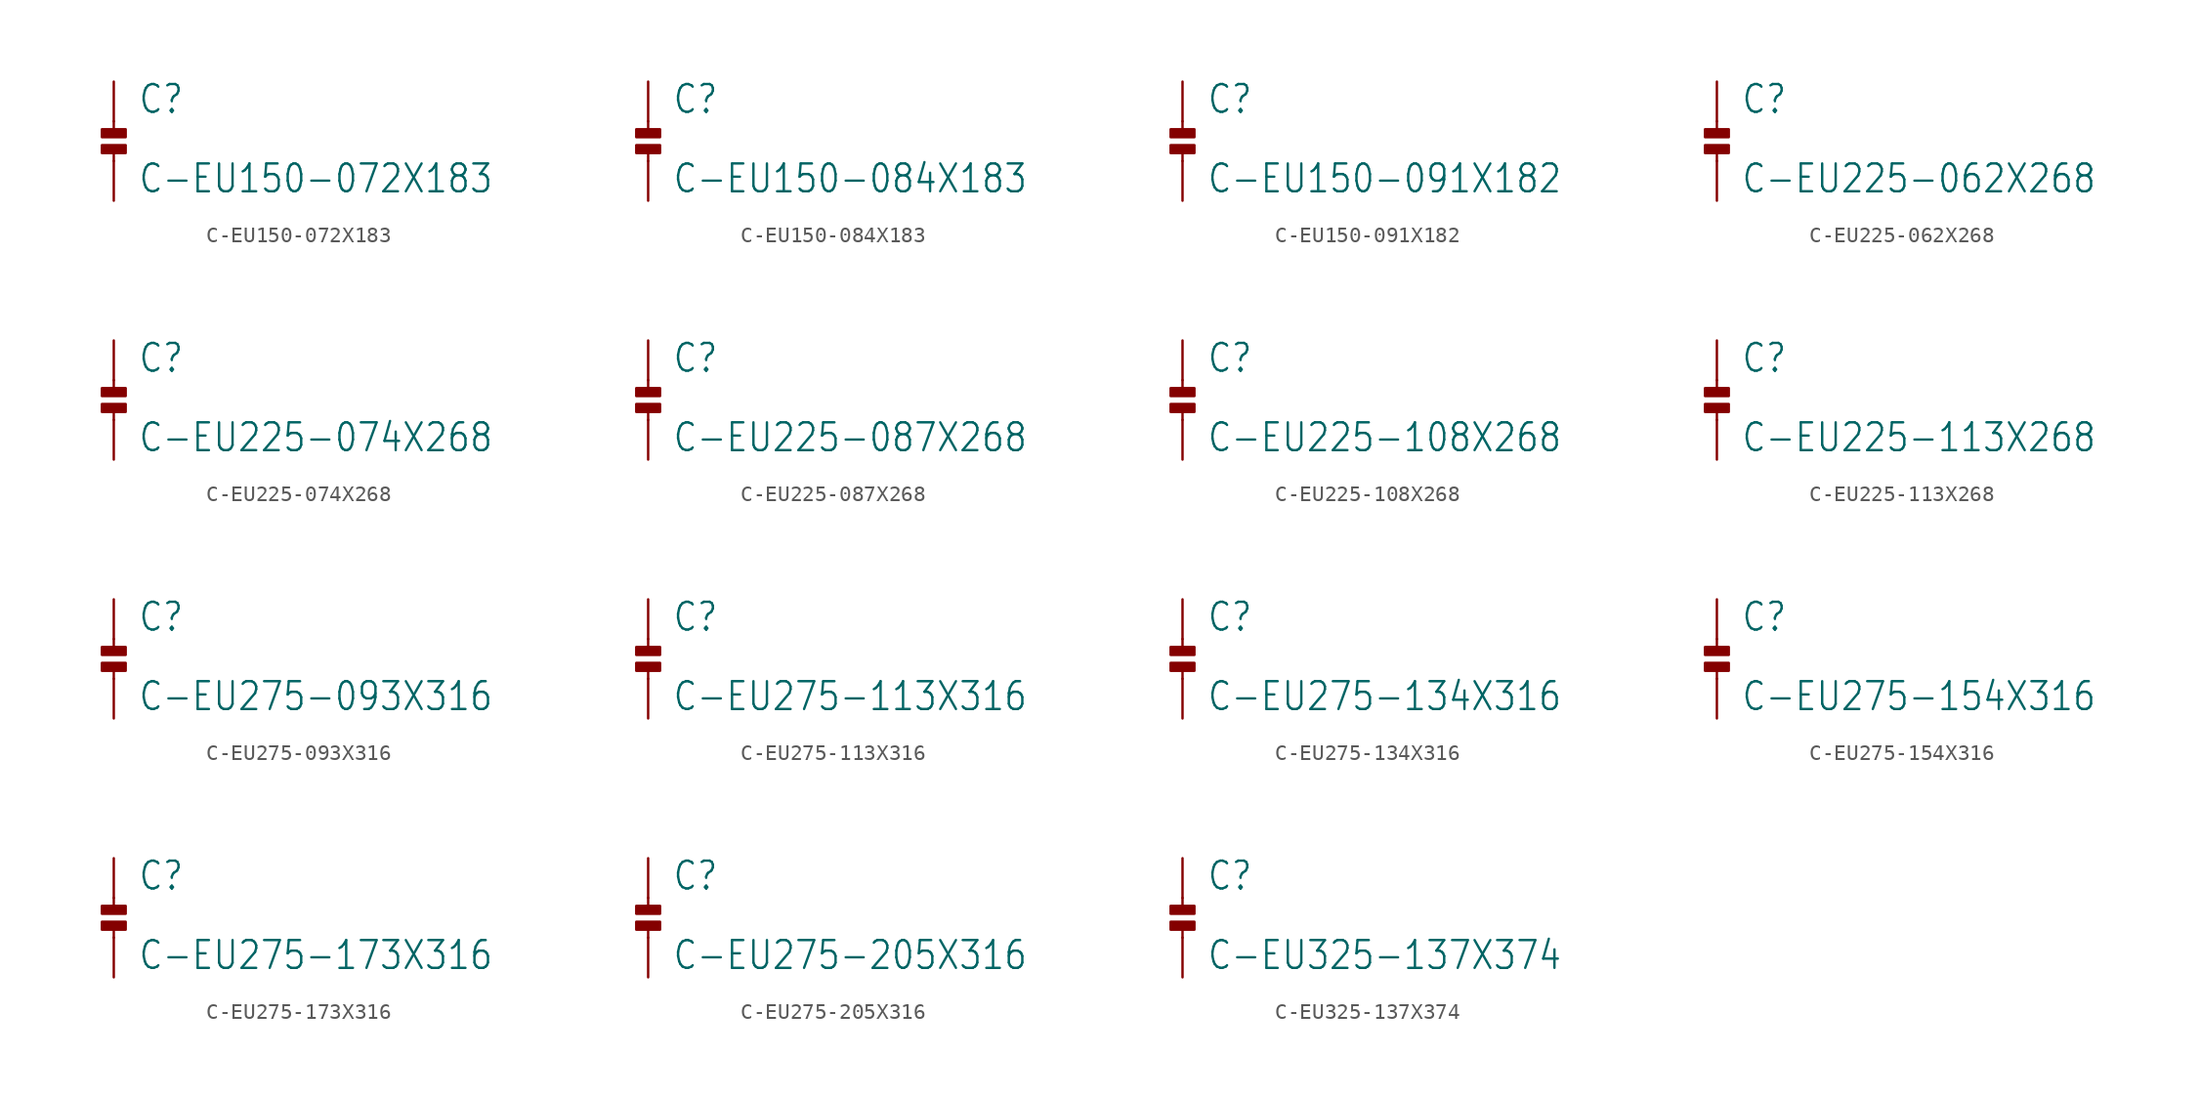
<source format=kicad_sym>
(kicad_symbol_lib
  (version 20211014)
  (generator kicad_symbol_editor)
  (symbol "C-EU150-072X183"
    (property "Reference" "C"
      (at 1.524 0.381 0)
      (effects (font (size 1.778 1.511)) (justify left bottom)))
    (property "Value" "C-EU150-072X183"
      (at 1.524 -4.699 0)
      (effects (font (size 1.778 1.511)) (justify left bottom)))
    (property "ki_locked" ""
      (at 0 0 0)
      (effects (font (size 1.27 1.27))))
    (symbol "C-EU150-072X183_1_0"
      (rectangle (start -0.762 -2.032) (end 0.762 -1.524) (stroke (width 0) (type default) (color 0 0 0 0)) (fill (type outline)))
      (rectangle (start -0.762 -1.016) (end 0.762 -0.508) (stroke (width 0) (type default) (color 0 0 0 0)) (fill (type outline)))
      (polyline (pts (xy 0 -2.54) (xy 0 -2.032)) (stroke (width 0.152) (type default) (color 0 0 0 0)) (fill (type none)))
      (polyline (pts (xy 0 0) (xy 0 -0.508)) (stroke (width 0.152) (type default) (color 0 0 0 0)) (fill (type none)))
      (pin passive line (at 0 2.54 270) (length 2.54) (name "1" (effects (font (size 0 0)))) (number "1" (effects (font (size 0 0)))))
      (pin passive line (at 0 -5.08 90) (length 2.54) (name "2" (effects (font (size 0 0)))) (number "2" (effects (font (size 0 0)))))))
  (symbol "C-EU150-084X183"
    (property "Reference" "C"
      (at 1.524 0.381 0)
      (effects (font (size 1.778 1.511)) (justify left bottom)))
    (property "Value" "C-EU150-084X183"
      (at 1.524 -4.699 0)
      (effects (font (size 1.778 1.511)) (justify left bottom)))
    (property "ki_locked" ""
      (at 0 0 0)
      (effects (font (size 1.27 1.27))))
    (symbol "C-EU150-084X183_1_0"
      (rectangle (start -0.762 -2.032) (end 0.762 -1.524) (stroke (width 0) (type default) (color 0 0 0 0)) (fill (type outline)))
      (rectangle (start -0.762 -1.016) (end 0.762 -0.508) (stroke (width 0) (type default) (color 0 0 0 0)) (fill (type outline)))
      (polyline (pts (xy 0 -2.54) (xy 0 -2.032)) (stroke (width 0.152) (type default) (color 0 0 0 0)) (fill (type none)))
      (polyline (pts (xy 0 0) (xy 0 -0.508)) (stroke (width 0.152) (type default) (color 0 0 0 0)) (fill (type none)))
      (pin passive line (at 0 2.54 270) (length 2.54) (name "1" (effects (font (size 0 0)))) (number "1" (effects (font (size 0 0)))))
      (pin passive line (at 0 -5.08 90) (length 2.54) (name "2" (effects (font (size 0 0)))) (number "2" (effects (font (size 0 0)))))))
  (symbol "C-EU150-091X182"
    (property "Reference" "C"
      (at 1.524 0.381 0)
      (effects (font (size 1.778 1.511)) (justify left bottom)))
    (property "Value" "C-EU150-091X182"
      (at 1.524 -4.699 0)
      (effects (font (size 1.778 1.511)) (justify left bottom)))
    (property "ki_locked" ""
      (at 0 0 0)
      (effects (font (size 1.27 1.27))))
    (symbol "C-EU150-091X182_1_0"
      (rectangle (start -0.762 -2.032) (end 0.762 -1.524) (stroke (width 0) (type default) (color 0 0 0 0)) (fill (type outline)))
      (rectangle (start -0.762 -1.016) (end 0.762 -0.508) (stroke (width 0) (type default) (color 0 0 0 0)) (fill (type outline)))
      (polyline (pts (xy 0 -2.54) (xy 0 -2.032)) (stroke (width 0.152) (type default) (color 0 0 0 0)) (fill (type none)))
      (polyline (pts (xy 0 0) (xy 0 -0.508)) (stroke (width 0.152) (type default) (color 0 0 0 0)) (fill (type none)))
      (pin passive line (at 0 2.54 270) (length 2.54) (name "1" (effects (font (size 0 0)))) (number "1" (effects (font (size 0 0)))))
      (pin passive line (at 0 -5.08 90) (length 2.54) (name "2" (effects (font (size 0 0)))) (number "2" (effects (font (size 0 0)))))))
  (symbol "C-EU225-062X268"
    (property "Reference" "C"
      (at 1.524 0.381 0)
      (effects (font (size 1.778 1.511)) (justify left bottom)))
    (property "Value" "C-EU225-062X268"
      (at 1.524 -4.699 0)
      (effects (font (size 1.778 1.511)) (justify left bottom)))
    (property "ki_locked" ""
      (at 0 0 0)
      (effects (font (size 1.27 1.27))))
    (symbol "C-EU225-062X268_1_0"
      (rectangle (start -0.762 -2.032) (end 0.762 -1.524) (stroke (width 0) (type default) (color 0 0 0 0)) (fill (type outline)))
      (rectangle (start -0.762 -1.016) (end 0.762 -0.508) (stroke (width 0) (type default) (color 0 0 0 0)) (fill (type outline)))
      (polyline (pts (xy 0 -2.54) (xy 0 -2.032)) (stroke (width 0.152) (type default) (color 0 0 0 0)) (fill (type none)))
      (polyline (pts (xy 0 0) (xy 0 -0.508)) (stroke (width 0.152) (type default) (color 0 0 0 0)) (fill (type none)))
      (pin passive line (at 0 2.54 270) (length 2.54) (name "1" (effects (font (size 0 0)))) (number "1" (effects (font (size 0 0)))))
      (pin passive line (at 0 -5.08 90) (length 2.54) (name "2" (effects (font (size 0 0)))) (number "2" (effects (font (size 0 0)))))))
  (symbol "C-EU225-074X268"
    (property "Reference" "C"
      (at 1.524 0.381 0)
      (effects (font (size 1.778 1.511)) (justify left bottom)))
    (property "Value" "C-EU225-074X268"
      (at 1.524 -4.699 0)
      (effects (font (size 1.778 1.511)) (justify left bottom)))
    (property "ki_locked" ""
      (at 0 0 0)
      (effects (font (size 1.27 1.27))))
    (symbol "C-EU225-074X268_1_0"
      (rectangle (start -0.762 -2.032) (end 0.762 -1.524) (stroke (width 0) (type default) (color 0 0 0 0)) (fill (type outline)))
      (rectangle (start -0.762 -1.016) (end 0.762 -0.508) (stroke (width 0) (type default) (color 0 0 0 0)) (fill (type outline)))
      (polyline (pts (xy 0 -2.54) (xy 0 -2.032)) (stroke (width 0.152) (type default) (color 0 0 0 0)) (fill (type none)))
      (polyline (pts (xy 0 0) (xy 0 -0.508)) (stroke (width 0.152) (type default) (color 0 0 0 0)) (fill (type none)))
      (pin passive line (at 0 2.54 270) (length 2.54) (name "1" (effects (font (size 0 0)))) (number "1" (effects (font (size 0 0)))))
      (pin passive line (at 0 -5.08 90) (length 2.54) (name "2" (effects (font (size 0 0)))) (number "2" (effects (font (size 0 0)))))))
  (symbol "C-EU225-087X268"
    (property "Reference" "C"
      (at 1.524 0.381 0)
      (effects (font (size 1.778 1.511)) (justify left bottom)))
    (property "Value" "C-EU225-087X268"
      (at 1.524 -4.699 0)
      (effects (font (size 1.778 1.511)) (justify left bottom)))
    (property "ki_locked" ""
      (at 0 0 0)
      (effects (font (size 1.27 1.27))))
    (symbol "C-EU225-087X268_1_0"
      (rectangle (start -0.762 -2.032) (end 0.762 -1.524) (stroke (width 0) (type default) (color 0 0 0 0)) (fill (type outline)))
      (rectangle (start -0.762 -1.016) (end 0.762 -0.508) (stroke (width 0) (type default) (color 0 0 0 0)) (fill (type outline)))
      (polyline (pts (xy 0 -2.54) (xy 0 -2.032)) (stroke (width 0.152) (type default) (color 0 0 0 0)) (fill (type none)))
      (polyline (pts (xy 0 0) (xy 0 -0.508)) (stroke (width 0.152) (type default) (color 0 0 0 0)) (fill (type none)))
      (pin passive line (at 0 2.54 270) (length 2.54) (name "1" (effects (font (size 0 0)))) (number "1" (effects (font (size 0 0)))))
      (pin passive line (at 0 -5.08 90) (length 2.54) (name "2" (effects (font (size 0 0)))) (number "2" (effects (font (size 0 0)))))))
  (symbol "C-EU225-108X268"
    (property "Reference" "C"
      (at 1.524 0.381 0)
      (effects (font (size 1.778 1.511)) (justify left bottom)))
    (property "Value" "C-EU225-108X268"
      (at 1.524 -4.699 0)
      (effects (font (size 1.778 1.511)) (justify left bottom)))
    (property "ki_locked" ""
      (at 0 0 0)
      (effects (font (size 1.27 1.27))))
    (symbol "C-EU225-108X268_1_0"
      (rectangle (start -0.762 -2.032) (end 0.762 -1.524) (stroke (width 0) (type default) (color 0 0 0 0)) (fill (type outline)))
      (rectangle (start -0.762 -1.016) (end 0.762 -0.508) (stroke (width 0) (type default) (color 0 0 0 0)) (fill (type outline)))
      (polyline (pts (xy 0 -2.54) (xy 0 -2.032)) (stroke (width 0.152) (type default) (color 0 0 0 0)) (fill (type none)))
      (polyline (pts (xy 0 0) (xy 0 -0.508)) (stroke (width 0.152) (type default) (color 0 0 0 0)) (fill (type none)))
      (pin passive line (at 0 2.54 270) (length 2.54) (name "1" (effects (font (size 0 0)))) (number "1" (effects (font (size 0 0)))))
      (pin passive line (at 0 -5.08 90) (length 2.54) (name "2" (effects (font (size 0 0)))) (number "2" (effects (font (size 0 0)))))))
  (symbol "C-EU225-113X268"
    (property "Reference" "C"
      (at 1.524 0.381 0)
      (effects (font (size 1.778 1.511)) (justify left bottom)))
    (property "Value" "C-EU225-113X268"
      (at 1.524 -4.699 0)
      (effects (font (size 1.778 1.511)) (justify left bottom)))
    (property "ki_locked" ""
      (at 0 0 0)
      (effects (font (size 1.27 1.27))))
    (symbol "C-EU225-113X268_1_0"
      (rectangle (start -0.762 -2.032) (end 0.762 -1.524) (stroke (width 0) (type default) (color 0 0 0 0)) (fill (type outline)))
      (rectangle (start -0.762 -1.016) (end 0.762 -0.508) (stroke (width 0) (type default) (color 0 0 0 0)) (fill (type outline)))
      (polyline (pts (xy 0 -2.54) (xy 0 -2.032)) (stroke (width 0.152) (type default) (color 0 0 0 0)) (fill (type none)))
      (polyline (pts (xy 0 0) (xy 0 -0.508)) (stroke (width 0.152) (type default) (color 0 0 0 0)) (fill (type none)))
      (pin passive line (at 0 2.54 270) (length 2.54) (name "1" (effects (font (size 0 0)))) (number "1" (effects (font (size 0 0)))))
      (pin passive line (at 0 -5.08 90) (length 2.54) (name "2" (effects (font (size 0 0)))) (number "2" (effects (font (size 0 0)))))))
  (symbol "C-EU275-093X316"
    (property "Reference" "C"
      (at 1.524 0.381 0)
      (effects (font (size 1.778 1.511)) (justify left bottom)))
    (property "Value" "C-EU275-093X316"
      (at 1.524 -4.699 0)
      (effects (font (size 1.778 1.511)) (justify left bottom)))
    (property "ki_locked" ""
      (at 0 0 0)
      (effects (font (size 1.27 1.27))))
    (symbol "C-EU275-093X316_1_0"
      (rectangle (start -0.762 -2.032) (end 0.762 -1.524) (stroke (width 0) (type default) (color 0 0 0 0)) (fill (type outline)))
      (rectangle (start -0.762 -1.016) (end 0.762 -0.508) (stroke (width 0) (type default) (color 0 0 0 0)) (fill (type outline)))
      (polyline (pts (xy 0 -2.54) (xy 0 -2.032)) (stroke (width 0.152) (type default) (color 0 0 0 0)) (fill (type none)))
      (polyline (pts (xy 0 0) (xy 0 -0.508)) (stroke (width 0.152) (type default) (color 0 0 0 0)) (fill (type none)))
      (pin passive line (at 0 2.54 270) (length 2.54) (name "1" (effects (font (size 0 0)))) (number "1" (effects (font (size 0 0)))))
      (pin passive line (at 0 -5.08 90) (length 2.54) (name "2" (effects (font (size 0 0)))) (number "2" (effects (font (size 0 0)))))))
  (symbol "C-EU275-113X316"
    (property "Reference" "C"
      (at 1.524 0.381 0)
      (effects (font (size 1.778 1.511)) (justify left bottom)))
    (property "Value" "C-EU275-113X316"
      (at 1.524 -4.699 0)
      (effects (font (size 1.778 1.511)) (justify left bottom)))
    (property "ki_locked" ""
      (at 0 0 0)
      (effects (font (size 1.27 1.27))))
    (symbol "C-EU275-113X316_1_0"
      (rectangle (start -0.762 -2.032) (end 0.762 -1.524) (stroke (width 0) (type default) (color 0 0 0 0)) (fill (type outline)))
      (rectangle (start -0.762 -1.016) (end 0.762 -0.508) (stroke (width 0) (type default) (color 0 0 0 0)) (fill (type outline)))
      (polyline (pts (xy 0 -2.54) (xy 0 -2.032)) (stroke (width 0.152) (type default) (color 0 0 0 0)) (fill (type none)))
      (polyline (pts (xy 0 0) (xy 0 -0.508)) (stroke (width 0.152) (type default) (color 0 0 0 0)) (fill (type none)))
      (pin passive line (at 0 2.54 270) (length 2.54) (name "1" (effects (font (size 0 0)))) (number "1" (effects (font (size 0 0)))))
      (pin passive line (at 0 -5.08 90) (length 2.54) (name "2" (effects (font (size 0 0)))) (number "2" (effects (font (size 0 0)))))))
  (symbol "C-EU275-134X316"
    (property "Reference" "C"
      (at 1.524 0.381 0)
      (effects (font (size 1.778 1.511)) (justify left bottom)))
    (property "Value" "C-EU275-134X316"
      (at 1.524 -4.699 0)
      (effects (font (size 1.778 1.511)) (justify left bottom)))
    (property "ki_locked" ""
      (at 0 0 0)
      (effects (font (size 1.27 1.27))))
    (symbol "C-EU275-134X316_1_0"
      (rectangle (start -0.762 -2.032) (end 0.762 -1.524) (stroke (width 0) (type default) (color 0 0 0 0)) (fill (type outline)))
      (rectangle (start -0.762 -1.016) (end 0.762 -0.508) (stroke (width 0) (type default) (color 0 0 0 0)) (fill (type outline)))
      (polyline (pts (xy 0 -2.54) (xy 0 -2.032)) (stroke (width 0.152) (type default) (color 0 0 0 0)) (fill (type none)))
      (polyline (pts (xy 0 0) (xy 0 -0.508)) (stroke (width 0.152) (type default) (color 0 0 0 0)) (fill (type none)))
      (pin passive line (at 0 2.54 270) (length 2.54) (name "1" (effects (font (size 0 0)))) (number "1" (effects (font (size 0 0)))))
      (pin passive line (at 0 -5.08 90) (length 2.54) (name "2" (effects (font (size 0 0)))) (number "2" (effects (font (size 0 0)))))))
  (symbol "C-EU275-154X316"
    (property "Reference" "C"
      (at 1.524 0.381 0)
      (effects (font (size 1.778 1.511)) (justify left bottom)))
    (property "Value" "C-EU275-154X316"
      (at 1.524 -4.699 0)
      (effects (font (size 1.778 1.511)) (justify left bottom)))
    (property "ki_locked" ""
      (at 0 0 0)
      (effects (font (size 1.27 1.27))))
    (symbol "C-EU275-154X316_1_0"
      (rectangle (start -0.762 -2.032) (end 0.762 -1.524) (stroke (width 0) (type default) (color 0 0 0 0)) (fill (type outline)))
      (rectangle (start -0.762 -1.016) (end 0.762 -0.508) (stroke (width 0) (type default) (color 0 0 0 0)) (fill (type outline)))
      (polyline (pts (xy 0 -2.54) (xy 0 -2.032)) (stroke (width 0.152) (type default) (color 0 0 0 0)) (fill (type none)))
      (polyline (pts (xy 0 0) (xy 0 -0.508)) (stroke (width 0.152) (type default) (color 0 0 0 0)) (fill (type none)))
      (pin passive line (at 0 2.54 270) (length 2.54) (name "1" (effects (font (size 0 0)))) (number "1" (effects (font (size 0 0)))))
      (pin passive line (at 0 -5.08 90) (length 2.54) (name "2" (effects (font (size 0 0)))) (number "2" (effects (font (size 0 0)))))))
  (symbol "C-EU275-173X316"
    (property "Reference" "C"
      (at 1.524 0.381 0)
      (effects (font (size 1.778 1.511)) (justify left bottom)))
    (property "Value" "C-EU275-173X316"
      (at 1.524 -4.699 0)
      (effects (font (size 1.778 1.511)) (justify left bottom)))
    (property "ki_locked" ""
      (at 0 0 0)
      (effects (font (size 1.27 1.27))))
    (symbol "C-EU275-173X316_1_0"
      (rectangle (start -0.762 -2.032) (end 0.762 -1.524) (stroke (width 0) (type default) (color 0 0 0 0)) (fill (type outline)))
      (rectangle (start -0.762 -1.016) (end 0.762 -0.508) (stroke (width 0) (type default) (color 0 0 0 0)) (fill (type outline)))
      (polyline (pts (xy 0 -2.54) (xy 0 -2.032)) (stroke (width 0.152) (type default) (color 0 0 0 0)) (fill (type none)))
      (polyline (pts (xy 0 0) (xy 0 -0.508)) (stroke (width 0.152) (type default) (color 0 0 0 0)) (fill (type none)))
      (pin passive line (at 0 2.54 270) (length 2.54) (name "1" (effects (font (size 0 0)))) (number "1" (effects (font (size 0 0)))))
      (pin passive line (at 0 -5.08 90) (length 2.54) (name "2" (effects (font (size 0 0)))) (number "2" (effects (font (size 0 0)))))))
  (symbol "C-EU275-205X316"
    (property "Reference" "C"
      (at 1.524 0.381 0)
      (effects (font (size 1.778 1.511)) (justify left bottom)))
    (property "Value" "C-EU275-205X316"
      (at 1.524 -4.699 0)
      (effects (font (size 1.778 1.511)) (justify left bottom)))
    (property "ki_locked" ""
      (at 0 0 0)
      (effects (font (size 1.27 1.27))))
    (symbol "C-EU275-205X316_1_0"
      (rectangle (start -0.762 -2.032) (end 0.762 -1.524) (stroke (width 0) (type default) (color 0 0 0 0)) (fill (type outline)))
      (rectangle (start -0.762 -1.016) (end 0.762 -0.508) (stroke (width 0) (type default) (color 0 0 0 0)) (fill (type outline)))
      (polyline (pts (xy 0 -2.54) (xy 0 -2.032)) (stroke (width 0.152) (type default) (color 0 0 0 0)) (fill (type none)))
      (polyline (pts (xy 0 0) (xy 0 -0.508)) (stroke (width 0.152) (type default) (color 0 0 0 0)) (fill (type none)))
      (pin passive line (at 0 2.54 270) (length 2.54) (name "1" (effects (font (size 0 0)))) (number "1" (effects (font (size 0 0)))))
      (pin passive line (at 0 -5.08 90) (length 2.54) (name "2" (effects (font (size 0 0)))) (number "2" (effects (font (size 0 0)))))))
  (symbol "C-EU325-137X374"
    (property "Reference" "C"
      (at 1.524 0.381 0)
      (effects (font (size 1.778 1.511)) (justify left bottom)))
    (property "Value" "C-EU325-137X374"
      (at 1.524 -4.699 0)
      (effects (font (size 1.778 1.511)) (justify left bottom)))
    (property "ki_locked" ""
      (at 0 0 0)
      (effects (font (size 1.27 1.27))))
    (symbol "C-EU325-137X374_1_0"
      (rectangle (start -0.762 -2.032) (end 0.762 -1.524) (stroke (width 0) (type default) (color 0 0 0 0)) (fill (type outline)))
      (rectangle (start -0.762 -1.016) (end 0.762 -0.508) (stroke (width 0) (type default) (color 0 0 0 0)) (fill (type outline)))
      (polyline (pts (xy 0 -2.54) (xy 0 -2.032)) (stroke (width 0.152) (type default) (color 0 0 0 0)) (fill (type none)))
      (polyline (pts (xy 0 0) (xy 0 -0.508)) (stroke (width 0.152) (type default) (color 0 0 0 0)) (fill (type none)))
      (pin passive line (at 0 2.54 270) (length 2.54) (name "1" (effects (font (size 0 0)))) (number "1" (effects (font (size 0 0)))))
      (pin passive line (at 0 -5.08 90) (length 2.54) (name "2" (effects (font (size 0 0)))) (number "2" (effects (font (size 0 0))))))))
</source>
